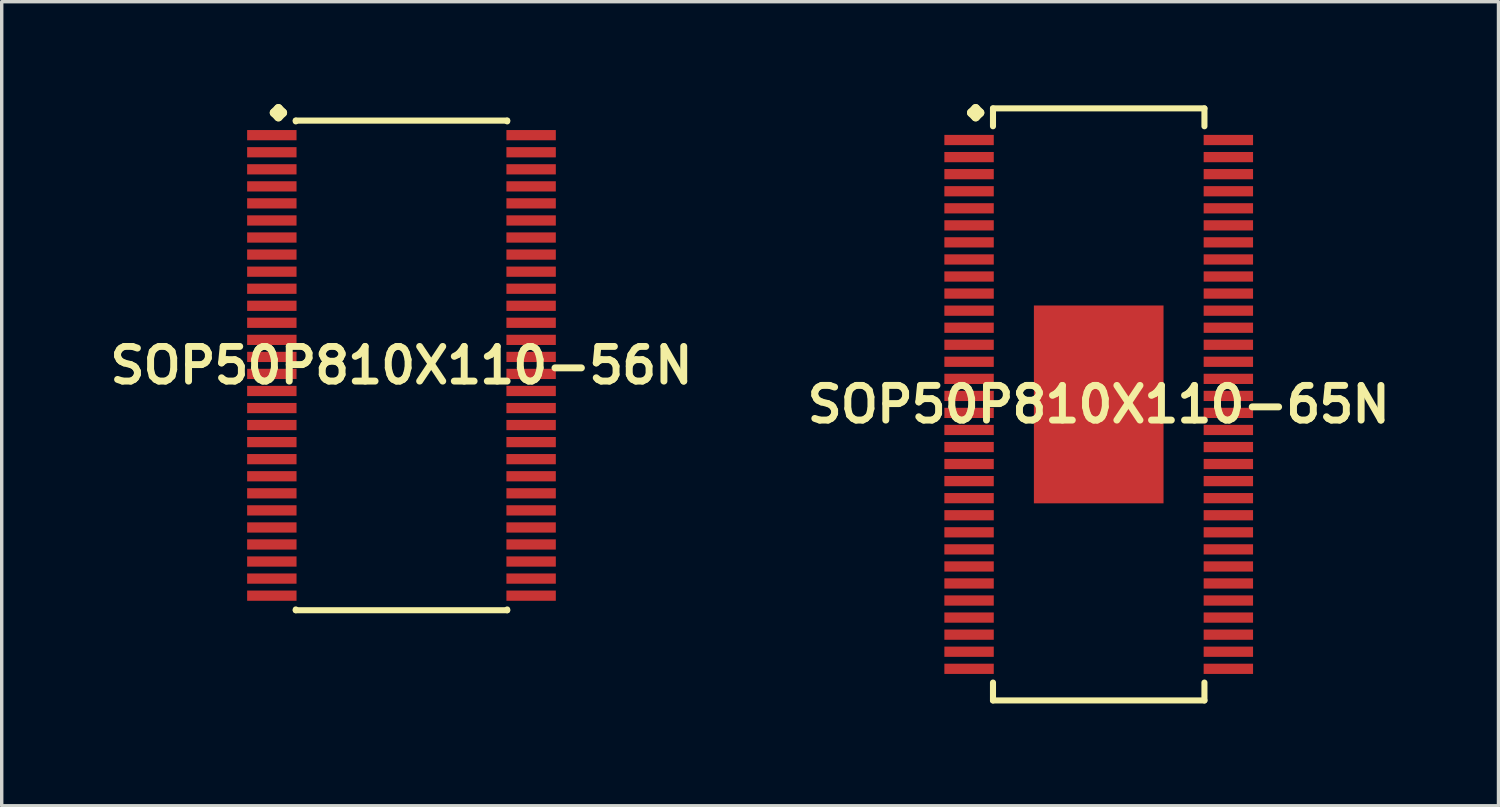
<source format=kicad_pcb>
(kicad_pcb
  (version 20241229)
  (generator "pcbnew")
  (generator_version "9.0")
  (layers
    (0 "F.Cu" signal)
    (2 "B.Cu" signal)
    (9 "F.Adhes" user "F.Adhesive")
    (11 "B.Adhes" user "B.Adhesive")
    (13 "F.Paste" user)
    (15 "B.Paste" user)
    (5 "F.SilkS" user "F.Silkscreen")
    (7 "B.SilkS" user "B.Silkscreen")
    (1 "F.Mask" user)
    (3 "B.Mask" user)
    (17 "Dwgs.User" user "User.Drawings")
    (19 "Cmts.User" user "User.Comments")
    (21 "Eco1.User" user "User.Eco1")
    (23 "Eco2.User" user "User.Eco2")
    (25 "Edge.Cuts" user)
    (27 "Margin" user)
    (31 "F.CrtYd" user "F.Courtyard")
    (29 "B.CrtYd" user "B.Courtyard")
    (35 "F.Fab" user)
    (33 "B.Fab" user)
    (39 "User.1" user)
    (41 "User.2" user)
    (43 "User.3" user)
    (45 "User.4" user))
  (footprint "SOP50P810X110-56N"
    (layer "F.Cu")
    (at 8.718 7.661)
    (property "Reference" "SOP50P810X110-56N" (at 0 0 0) (layer "F.SilkS") (effects (font (size 1.016 1.016) (thickness 0.203))))
    (attr smd)
    (fp_line (start -3.734 -7.407) (end -3.607 -7.534) (stroke (width 0.254) (type solid)) (layer "F.SilkS"))
    (fp_line (start -3.607 -7.534) (end -3.48 -7.407) (stroke (width 0.254) (type solid)) (layer "F.SilkS"))
    (fp_line (start -3.607 -7.28) (end -3.734 -7.407) (stroke (width 0.254) (type solid)) (layer "F.SilkS"))
    (fp_line (start -3.48 -7.407) (end -3.607 -7.28) (stroke (width 0.254) (type solid)) (layer "F.SilkS"))
    (fp_line (start -3.099 -7.176) (end 3.099 -7.176) (stroke (width 0.178) (type solid)) (layer "F.SilkS"))
    (fp_line (start -3.099 -7.153) (end -3.099 -7.176) (stroke (width 0.178) (type solid)) (layer "F.SilkS"))
    (fp_line (start -3.099 7.153) (end -3.099 7.176) (stroke (width 0.178) (type solid)) (layer "F.SilkS"))
    (fp_line (start -3.099 7.176) (end 3.099 7.176) (stroke (width 0.178) (type solid)) (layer "F.SilkS"))
    (fp_line (start 3.099 -7.176) (end 3.099 -7.153) (stroke (width 0.178) (type solid)) (layer "F.SilkS"))
    (fp_line (start 3.099 7.176) (end 3.099 7.153) (stroke (width 0.178) (type solid)) (layer "F.SilkS"))
    (pad "1" smd rect (at -3.8 -6.749) (size 1.448 0.3) (layers "F.Cu" "F.Mask" "F.Paste"))
    (pad "2" smd rect (at -3.8 -6.248) (size 1.448 0.3) (layers "F.Cu" "F.Mask" "F.Paste"))
    (pad "3" smd rect (at -3.8 -5.748) (size 1.448 0.3) (layers "F.Cu" "F.Mask" "F.Paste"))
    (pad "4" smd rect (at -3.8 -5.248) (size 1.448 0.3) (layers "F.Cu" "F.Mask" "F.Paste"))
    (pad "5" smd rect (at -3.8 -4.75) (size 1.448 0.3) (layers "F.Cu" "F.Mask" "F.Paste"))
    (pad "6" smd rect (at -3.8 -4.249) (size 1.448 0.3) (layers "F.Cu" "F.Mask" "F.Paste"))
    (pad "7" smd rect (at -3.8 -3.749) (size 1.448 0.3) (layers "F.Cu" "F.Mask" "F.Paste"))
    (pad "8" smd rect (at -3.8 -3.249) (size 1.448 0.3) (layers "F.Cu" "F.Mask" "F.Paste"))
    (pad "9" smd rect (at -3.8 -2.748) (size 1.448 0.3) (layers "F.Cu" "F.Mask" "F.Paste"))
    (pad "10" smd rect (at -3.8 -2.248) (size 1.448 0.3) (layers "F.Cu" "F.Mask" "F.Paste"))
    (pad "11" smd rect (at -3.8 -1.748) (size 1.448 0.3) (layers "F.Cu" "F.Mask" "F.Paste"))
    (pad "12" smd rect (at -3.8 -1.25) (size 1.448 0.3) (layers "F.Cu" "F.Mask" "F.Paste"))
    (pad "13" smd rect (at -3.8 -0.749) (size 1.448 0.3) (layers "F.Cu" "F.Mask" "F.Paste"))
    (pad "14" smd rect (at -3.8 -0.249) (size 1.448 0.3) (layers "F.Cu" "F.Mask" "F.Paste"))
    (pad "15" smd rect (at -3.8 0.249) (size 1.448 0.3) (layers "F.Cu" "F.Mask" "F.Paste"))
    (pad "16" smd rect (at -3.8 0.749) (size 1.448 0.3) (layers "F.Cu" "F.Mask" "F.Paste"))
    (pad "17" smd rect (at -3.8 1.25) (size 1.448 0.3) (layers "F.Cu" "F.Mask" "F.Paste"))
    (pad "18" smd rect (at -3.8 1.748) (size 1.448 0.3) (layers "F.Cu" "F.Mask" "F.Paste"))
    (pad "19" smd rect (at -3.8 2.248) (size 1.448 0.3) (layers "F.Cu" "F.Mask" "F.Paste"))
    (pad "20" smd rect (at -3.8 2.748) (size 1.448 0.3) (layers "F.Cu" "F.Mask" "F.Paste"))
    (pad "21" smd rect (at -3.8 3.249) (size 1.448 0.3) (layers "F.Cu" "F.Mask" "F.Paste"))
    (pad "22" smd rect (at -3.8 3.749) (size 1.448 0.3) (layers "F.Cu" "F.Mask" "F.Paste"))
    (pad "23" smd rect (at -3.8 4.249) (size 1.448 0.3) (layers "F.Cu" "F.Mask" "F.Paste"))
    (pad "24" smd rect (at -3.8 4.75) (size 1.448 0.3) (layers "F.Cu" "F.Mask" "F.Paste"))
    (pad "25" smd rect (at -3.8 5.248) (size 1.448 0.3) (layers "F.Cu" "F.Mask" "F.Paste"))
    (pad "26" smd rect (at -3.8 5.748) (size 1.448 0.3) (layers "F.Cu" "F.Mask" "F.Paste"))
    (pad "27" smd rect (at -3.8 6.248) (size 1.448 0.3) (layers "F.Cu" "F.Mask" "F.Paste"))
    (pad "28" smd rect (at -3.8 6.749) (size 1.448 0.3) (layers "F.Cu" "F.Mask" "F.Paste"))
    (pad "29" smd rect (at 3.8 6.749) (size 1.448 0.3) (layers "F.Cu" "F.Mask" "F.Paste"))
    (pad "30" smd rect (at 3.8 6.248) (size 1.448 0.3) (layers "F.Cu" "F.Mask" "F.Paste"))
    (pad "31" smd rect (at 3.8 5.748) (size 1.448 0.3) (layers "F.Cu" "F.Mask" "F.Paste"))
    (pad "32" smd rect (at 3.8 5.248) (size 1.448 0.3) (layers "F.Cu" "F.Mask" "F.Paste"))
    (pad "33" smd rect (at 3.8 4.75) (size 1.448 0.3) (layers "F.Cu" "F.Mask" "F.Paste"))
    (pad "34" smd rect (at 3.8 4.249) (size 1.448 0.3) (layers "F.Cu" "F.Mask" "F.Paste"))
    (pad "35" smd rect (at 3.8 3.749) (size 1.448 0.3) (layers "F.Cu" "F.Mask" "F.Paste"))
    (pad "36" smd rect (at 3.8 3.249) (size 1.448 0.3) (layers "F.Cu" "F.Mask" "F.Paste"))
    (pad "37" smd rect (at 3.8 2.748) (size 1.448 0.3) (layers "F.Cu" "F.Mask" "F.Paste"))
    (pad "38" smd rect (at 3.8 2.248) (size 1.448 0.3) (layers "F.Cu" "F.Mask" "F.Paste"))
    (pad "39" smd rect (at 3.8 1.748) (size 1.448 0.3) (layers "F.Cu" "F.Mask" "F.Paste"))
    (pad "40" smd rect (at 3.8 1.25) (size 1.448 0.3) (layers "F.Cu" "F.Mask" "F.Paste"))
    (pad "41" smd rect (at 3.8 0.749) (size 1.448 0.3) (layers "F.Cu" "F.Mask" "F.Paste"))
    (pad "42" smd rect (at 3.8 0.249) (size 1.448 0.3) (layers "F.Cu" "F.Mask" "F.Paste"))
    (pad "43" smd rect (at 3.8 -0.249) (size 1.448 0.3) (layers "F.Cu" "F.Mask" "F.Paste"))
    (pad "44" smd rect (at 3.8 -0.749) (size 1.448 0.3) (layers "F.Cu" "F.Mask" "F.Paste"))
    (pad "45" smd rect (at 3.8 -1.25) (size 1.448 0.3) (layers "F.Cu" "F.Mask" "F.Paste"))
    (pad "46" smd rect (at 3.8 -1.748) (size 1.448 0.3) (layers "F.Cu" "F.Mask" "F.Paste"))
    (pad "47" smd rect (at 3.8 -2.248) (size 1.448 0.3) (layers "F.Cu" "F.Mask" "F.Paste"))
    (pad "48" smd rect (at 3.8 -2.748) (size 1.448 0.3) (layers "F.Cu" "F.Mask" "F.Paste"))
    (pad "49" smd rect (at 3.8 -3.249) (size 1.448 0.3) (layers "F.Cu" "F.Mask" "F.Paste"))
    (pad "50" smd rect (at 3.8 -3.749) (size 1.448 0.3) (layers "F.Cu" "F.Mask" "F.Paste"))
    (pad "51" smd rect (at 3.8 -4.249) (size 1.448 0.3) (layers "F.Cu" "F.Mask" "F.Paste"))
    (pad "52" smd rect (at 3.8 -4.75) (size 1.448 0.3) (layers "F.Cu" "F.Mask" "F.Paste"))
    (pad "53" smd rect (at 3.8 -5.248) (size 1.448 0.3) (layers "F.Cu" "F.Mask" "F.Paste"))
    (pad "54" smd rect (at 3.8 -5.748) (size 1.448 0.3) (layers "F.Cu" "F.Mask" "F.Paste"))
    (pad "55" smd rect (at 3.8 -6.248) (size 1.448 0.3) (layers "F.Cu" "F.Mask" "F.Paste"))
    (pad "56" smd rect (at 3.8 -6.749) (size 1.448 0.3) (layers "F.Cu" "F.Mask" "F.Paste")))
  (footprint "SOP50P810X110-65N"
    (layer "F.Cu")
    (at 29.155 8.804)
    (property "Reference" "SOP50P810X110-65N" (at 0 0 0) (layer "F.SilkS") (effects (font (size 1.016 1.016) (thickness 0.203))))
    (attr smd)
    (fp_line (start -3.734 -8.55) (end -3.607 -8.677) (stroke (width 0.254) (type solid)) (layer "F.SilkS"))
    (fp_line (start -3.607 -8.677) (end -3.48 -8.55) (stroke (width 0.254) (type solid)) (layer "F.SilkS"))
    (fp_line (start -3.607 -8.423) (end -3.734 -8.55) (stroke (width 0.254) (type solid)) (layer "F.SilkS"))
    (fp_line (start -3.48 -8.55) (end -3.607 -8.423) (stroke (width 0.254) (type solid)) (layer "F.SilkS"))
    (fp_line (start -3.099 -8.677) (end 3.099 -8.677) (stroke (width 0.178) (type solid)) (layer "F.SilkS"))
    (fp_line (start -3.099 -8.153) (end -3.099 -8.677) (stroke (width 0.178) (type solid)) (layer "F.SilkS"))
    (fp_line (start -3.099 8.153) (end -3.099 8.677) (stroke (width 0.178) (type solid)) (layer "F.SilkS"))
    (fp_line (start -3.099 8.677) (end 3.099 8.677) (stroke (width 0.178) (type solid)) (layer "F.SilkS"))
    (fp_line (start 3.099 -8.677) (end 3.099 -8.153) (stroke (width 0.178) (type solid)) (layer "F.SilkS"))
    (fp_line (start 3.099 8.677) (end 3.099 8.153) (stroke (width 0.178) (type solid)) (layer "F.SilkS"))
    (pad "1" smd rect (at -3.8 -7.75) (size 1.448 0.3) (layers "F.Cu" "F.Mask" "F.Paste"))
    (pad "2" smd rect (at -3.8 -7.249) (size 1.448 0.3) (layers "F.Cu" "F.Mask" "F.Paste"))
    (pad "3" smd rect (at -3.8 -6.749) (size 1.448 0.3) (layers "F.Cu" "F.Mask" "F.Paste"))
    (pad "4" smd rect (at -3.8 -6.248) (size 1.448 0.3) (layers "F.Cu" "F.Mask" "F.Paste"))
    (pad "5" smd rect (at -3.8 -5.748) (size 1.448 0.3) (layers "F.Cu" "F.Mask" "F.Paste"))
    (pad "6" smd rect (at -3.8 -5.248) (size 1.448 0.3) (layers "F.Cu" "F.Mask" "F.Paste"))
    (pad "7" smd rect (at -3.8 -4.75) (size 1.448 0.3) (layers "F.Cu" "F.Mask" "F.Paste"))
    (pad "8" smd rect (at -3.8 -4.249) (size 1.448 0.3) (layers "F.Cu" "F.Mask" "F.Paste"))
    (pad "9" smd rect (at -3.8 -3.749) (size 1.448 0.3) (layers "F.Cu" "F.Mask" "F.Paste"))
    (pad "10" smd rect (at -3.8 -3.249) (size 1.448 0.3) (layers "F.Cu" "F.Mask" "F.Paste"))
    (pad "11" smd rect (at -3.8 -2.748) (size 1.448 0.3) (layers "F.Cu" "F.Mask" "F.Paste"))
    (pad "12" smd rect (at -3.8 -2.248) (size 1.448 0.3) (layers "F.Cu" "F.Mask" "F.Paste"))
    (pad "13" smd rect (at -3.8 -1.748) (size 1.448 0.3) (layers "F.Cu" "F.Mask" "F.Paste"))
    (pad "14" smd rect (at -3.8 -1.25) (size 1.448 0.3) (layers "F.Cu" "F.Mask" "F.Paste"))
    (pad "15" smd rect (at -3.8 -0.749) (size 1.448 0.3) (layers "F.Cu" "F.Mask" "F.Paste"))
    (pad "16" smd rect (at -3.8 -0.249) (size 1.448 0.3) (layers "F.Cu" "F.Mask" "F.Paste"))
    (pad "17" smd rect (at -3.8 0.249) (size 1.448 0.3) (layers "F.Cu" "F.Mask" "F.Paste"))
    (pad "18" smd rect (at -3.8 0.749) (size 1.448 0.3) (layers "F.Cu" "F.Mask" "F.Paste"))
    (pad "19" smd rect (at -3.8 1.25) (size 1.448 0.3) (layers "F.Cu" "F.Mask" "F.Paste"))
    (pad "20" smd rect (at -3.8 1.748) (size 1.448 0.3) (layers "F.Cu" "F.Mask" "F.Paste"))
    (pad "21" smd rect (at -3.8 2.248) (size 1.448 0.3) (layers "F.Cu" "F.Mask" "F.Paste"))
    (pad "22" smd rect (at -3.8 2.748) (size 1.448 0.3) (layers "F.Cu" "F.Mask" "F.Paste"))
    (pad "23" smd rect (at -3.8 3.249) (size 1.448 0.3) (layers "F.Cu" "F.Mask" "F.Paste"))
    (pad "24" smd rect (at -3.8 3.749) (size 1.448 0.3) (layers "F.Cu" "F.Mask" "F.Paste"))
    (pad "25" smd rect (at -3.8 4.249) (size 1.448 0.3) (layers "F.Cu" "F.Mask" "F.Paste"))
    (pad "26" smd rect (at -3.8 4.75) (size 1.448 0.3) (layers "F.Cu" "F.Mask" "F.Paste"))
    (pad "27" smd rect (at -3.8 5.248) (size 1.448 0.3) (layers "F.Cu" "F.Mask" "F.Paste"))
    (pad "28" smd rect (at -3.8 5.748) (size 1.448 0.3) (layers "F.Cu" "F.Mask" "F.Paste"))
    (pad "29" smd rect (at -3.8 6.248) (size 1.448 0.3) (layers "F.Cu" "F.Mask" "F.Paste"))
    (pad "30" smd rect (at -3.8 6.749) (size 1.448 0.3) (layers "F.Cu" "F.Mask" "F.Paste"))
    (pad "31" smd rect (at -3.8 7.249) (size 1.448 0.3) (layers "F.Cu" "F.Mask" "F.Paste"))
    (pad "32" smd rect (at -3.8 7.75) (size 1.448 0.3) (layers "F.Cu" "F.Mask" "F.Paste"))
    (pad "33" smd rect (at 3.8 7.75) (size 1.448 0.3) (layers "F.Cu" "F.Mask" "F.Paste"))
    (pad "34" smd rect (at 3.8 7.249) (size 1.448 0.3) (layers "F.Cu" "F.Mask" "F.Paste"))
    (pad "35" smd rect (at 3.8 6.749) (size 1.448 0.3) (layers "F.Cu" "F.Mask" "F.Paste"))
    (pad "36" smd rect (at 3.8 6.248) (size 1.448 0.3) (layers "F.Cu" "F.Mask" "F.Paste"))
    (pad "37" smd rect (at 3.8 5.748) (size 1.448 0.3) (layers "F.Cu" "F.Mask" "F.Paste"))
    (pad "38" smd rect (at 3.8 5.248) (size 1.448 0.3) (layers "F.Cu" "F.Mask" "F.Paste"))
    (pad "39" smd rect (at 3.8 4.75) (size 1.448 0.3) (layers "F.Cu" "F.Mask" "F.Paste"))
    (pad "40" smd rect (at 3.8 4.249) (size 1.448 0.3) (layers "F.Cu" "F.Mask" "F.Paste"))
    (pad "41" smd rect (at 3.8 3.749) (size 1.448 0.3) (layers "F.Cu" "F.Mask" "F.Paste"))
    (pad "42" smd rect (at 3.8 3.249) (size 1.448 0.3) (layers "F.Cu" "F.Mask" "F.Paste"))
    (pad "43" smd rect (at 3.8 2.748) (size 1.448 0.3) (layers "F.Cu" "F.Mask" "F.Paste"))
    (pad "44" smd rect (at 3.8 2.248) (size 1.448 0.3) (layers "F.Cu" "F.Mask" "F.Paste"))
    (pad "45" smd rect (at 3.8 1.748) (size 1.448 0.3) (layers "F.Cu" "F.Mask" "F.Paste"))
    (pad "46" smd rect (at 3.8 1.25) (size 1.448 0.3) (layers "F.Cu" "F.Mask" "F.Paste"))
    (pad "47" smd rect (at 3.8 0.749) (size 1.448 0.3) (layers "F.Cu" "F.Mask" "F.Paste"))
    (pad "48" smd rect (at 3.8 0.249) (size 1.448 0.3) (layers "F.Cu" "F.Mask" "F.Paste"))
    (pad "49" smd rect (at 3.8 -0.249) (size 1.448 0.3) (layers "F.Cu" "F.Mask" "F.Paste"))
    (pad "50" smd rect (at 3.8 -0.749) (size 1.448 0.3) (layers "F.Cu" "F.Mask" "F.Paste"))
    (pad "51" smd rect (at 3.8 -1.25) (size 1.448 0.3) (layers "F.Cu" "F.Mask" "F.Paste"))
    (pad "52" smd rect (at 3.8 -1.748) (size 1.448 0.3) (layers "F.Cu" "F.Mask" "F.Paste"))
    (pad "53" smd rect (at 3.8 -2.248) (size 1.448 0.3) (layers "F.Cu" "F.Mask" "F.Paste"))
    (pad "54" smd rect (at 3.8 -2.748) (size 1.448 0.3) (layers "F.Cu" "F.Mask" "F.Paste"))
    (pad "55" smd rect (at 3.8 -3.249) (size 1.448 0.3) (layers "F.Cu" "F.Mask" "F.Paste"))
    (pad "56" smd rect (at 3.8 -3.749) (size 1.448 0.3) (layers "F.Cu" "F.Mask" "F.Paste"))
    (pad "57" smd rect (at 3.8 -4.249) (size 1.448 0.3) (layers "F.Cu" "F.Mask" "F.Paste"))
    (pad "58" smd rect (at 3.8 -4.75) (size 1.448 0.3) (layers "F.Cu" "F.Mask" "F.Paste"))
    (pad "59" smd rect (at 3.8 -5.248) (size 1.448 0.3) (layers "F.Cu" "F.Mask" "F.Paste"))
    (pad "60" smd rect (at 3.8 -5.748) (size 1.448 0.3) (layers "F.Cu" "F.Mask" "F.Paste"))
    (pad "61" smd rect (at 3.8 -6.248) (size 1.448 0.3) (layers "F.Cu" "F.Mask" "F.Paste"))
    (pad "62" smd rect (at 3.8 -6.749) (size 1.448 0.3) (layers "F.Cu" "F.Mask" "F.Paste"))
    (pad "63" smd rect (at 3.8 -7.249) (size 1.448 0.3) (layers "F.Cu" "F.Mask" "F.Paste"))
    (pad "64" smd rect (at 3.8 -7.75) (size 1.448 0.3) (layers "F.Cu" "F.Mask" "F.Paste"))
    (pad "65" smd rect (at 0 0) (size 3.8 5.799) (layers "F.Cu" "F.Mask" "F.Paste")))
  (gr_rect
    (start -3 -3)
    (end 40.873 20.569)
    (stroke (width 0.1) (type default))
    (fill no)
    (layer "Edge.Cuts")))
</source>
